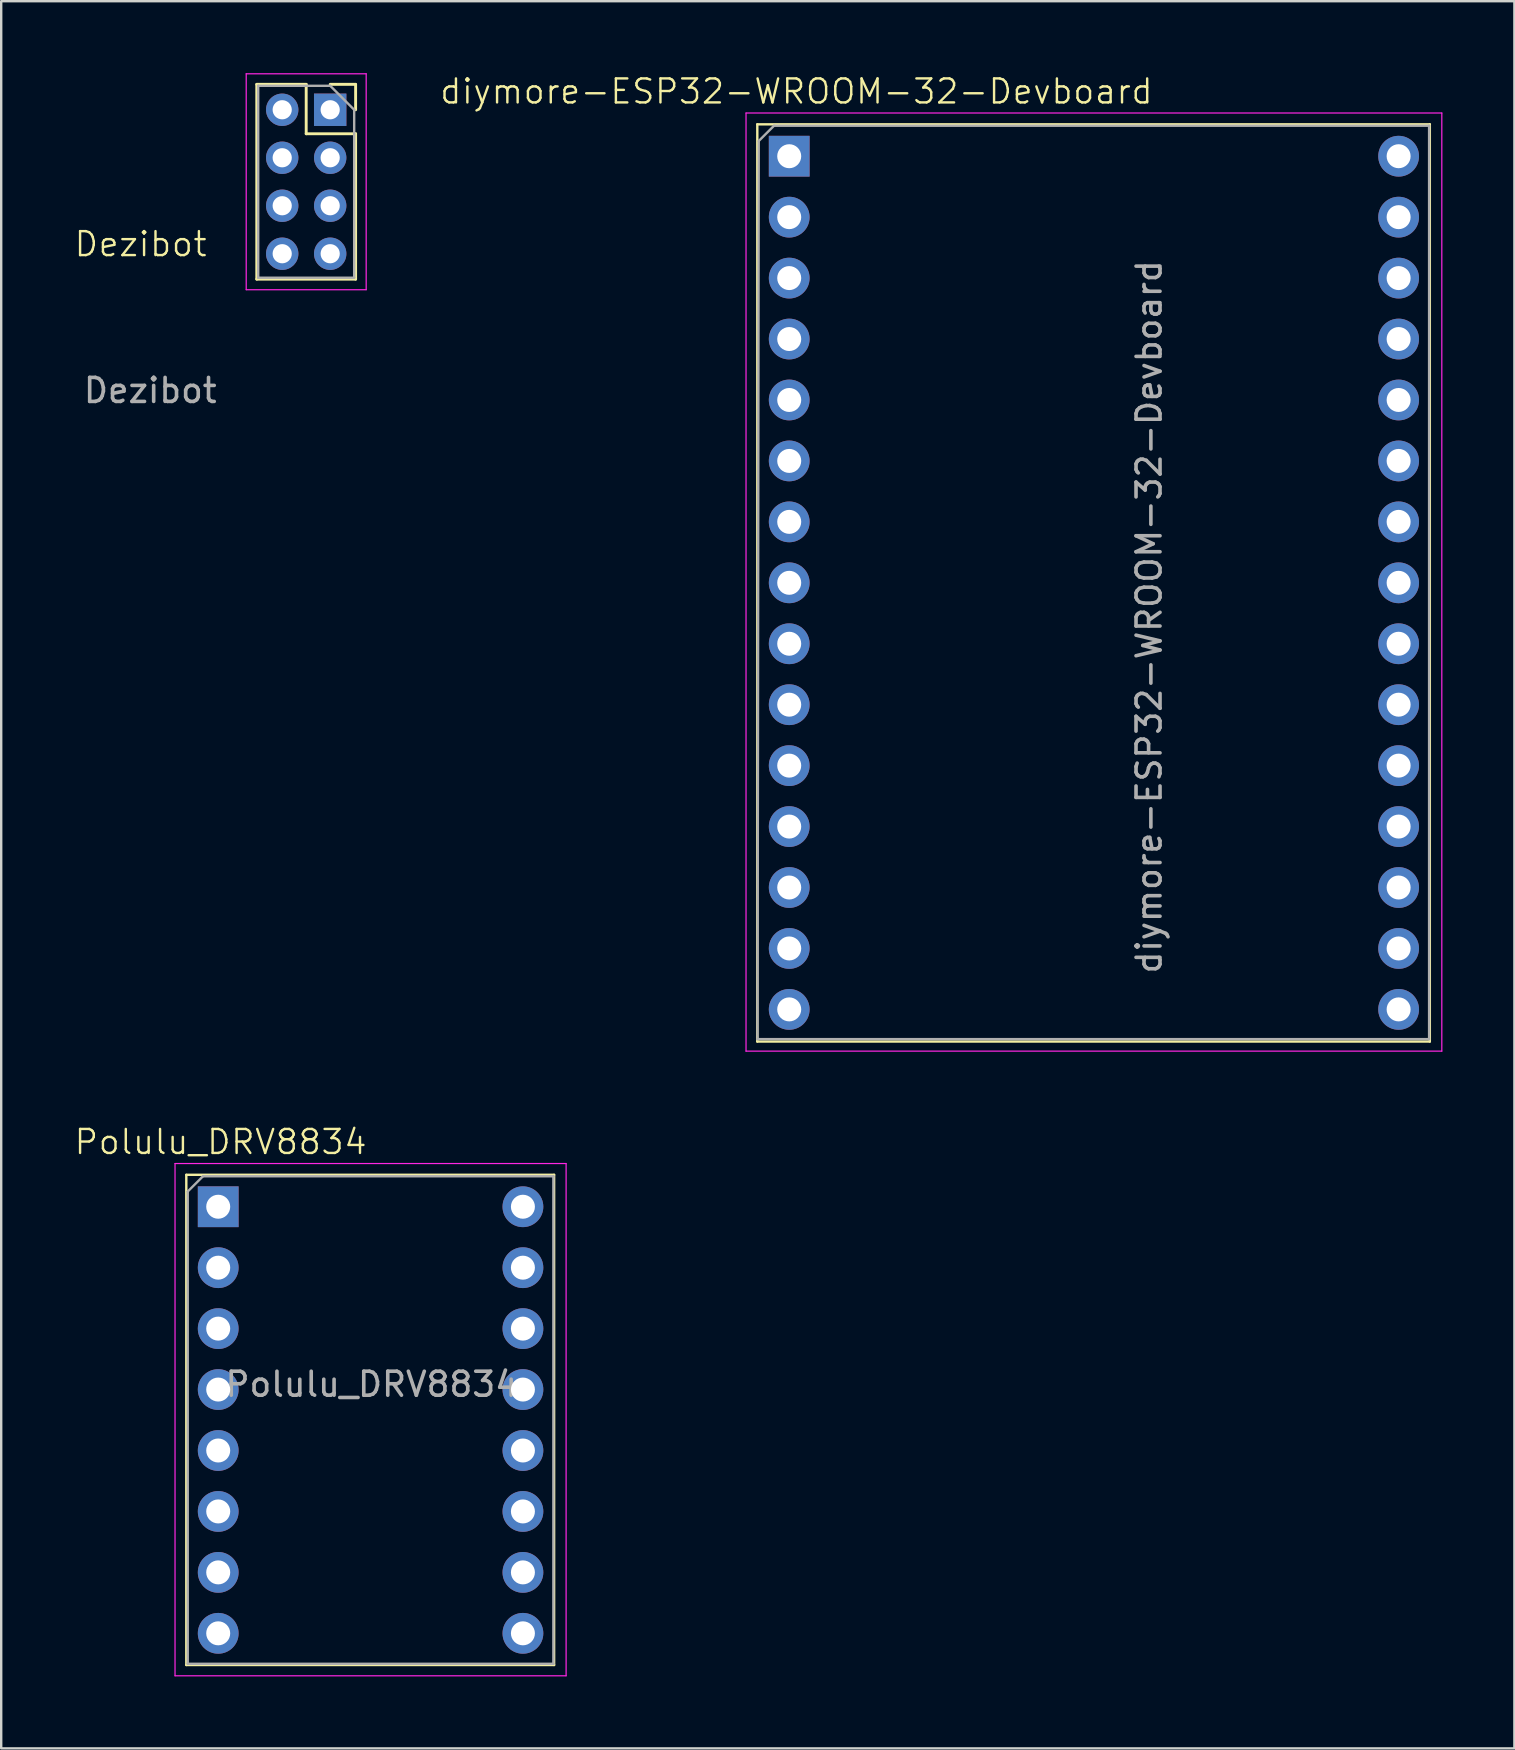
<source format=kicad_pcb>
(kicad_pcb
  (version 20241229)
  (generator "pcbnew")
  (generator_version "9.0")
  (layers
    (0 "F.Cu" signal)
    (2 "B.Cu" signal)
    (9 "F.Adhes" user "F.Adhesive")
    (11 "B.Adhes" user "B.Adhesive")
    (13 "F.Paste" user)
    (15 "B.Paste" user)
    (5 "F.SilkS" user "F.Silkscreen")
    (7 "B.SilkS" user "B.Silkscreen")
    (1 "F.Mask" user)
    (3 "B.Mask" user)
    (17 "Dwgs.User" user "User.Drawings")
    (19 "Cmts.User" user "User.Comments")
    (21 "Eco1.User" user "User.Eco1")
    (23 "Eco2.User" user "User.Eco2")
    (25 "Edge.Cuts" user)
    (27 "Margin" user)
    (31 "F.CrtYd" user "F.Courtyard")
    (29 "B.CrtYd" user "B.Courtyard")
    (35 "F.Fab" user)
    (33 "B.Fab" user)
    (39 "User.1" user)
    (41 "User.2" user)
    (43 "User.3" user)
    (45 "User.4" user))
  (footprint "diymore-ESP32-WROOM-32-Devboard"
    (layer "F.Cu")
    (at 29.844 3.461)
    (property "Reference" "diymore-ESP32-WROOM-32-Devboard" (at 0.3 -2.7 0) (unlocked yes) (layer "F.SilkS") (effects (font (size 1 1) (thickness 0.1))))
    (attr smd)
    (fp_line (start -1.33 -1.33) (end 26.7 -1.33) (stroke (width 0.1) (type solid)) (layer "F.SilkS"))
    (fp_line (start -1.33 36.9) (end -1.33 -1.33) (stroke (width 0.1) (type solid)) (layer "F.SilkS"))
    (fp_line (start 26.7 -1.33) (end 26.7 36.9) (stroke (width 0.1) (type default)) (layer "F.SilkS"))
    (fp_line (start 26.7 36.9) (end -1.33 36.9) (stroke (width 0.1) (type default)) (layer "F.SilkS"))
    (fp_line (start -1.8 -1.8) (end -1.8 37.3) (stroke (width 0.05) (type solid)) (layer "F.CrtYd"))
    (fp_line (start -1.8 37.3) (end 27.2 37.3) (stroke (width 0.05) (type solid)) (layer "F.CrtYd"))
    (fp_line (start 27.2 -1.8) (end -1.8 -1.8) (stroke (width 0.05) (type solid)) (layer "F.CrtYd"))
    (fp_line (start 27.2 37.3) (end 27.2 -1.8) (stroke (width 0.05) (type solid)) (layer "F.CrtYd"))
    (fp_line (start -1.32 36.8) (end -1.27 -0.635) (stroke (width 0.1) (type solid)) (layer "F.Fab"))
    (fp_line (start -1.27 -0.635) (end -0.635 -1.27) (stroke (width 0.1) (type solid)) (layer "F.Fab"))
    (fp_line (start -0.635 -1.27) (end 26.67 -1.27) (stroke (width 0.1) (type solid)) (layer "F.Fab"))
    (fp_line (start 26.67 -1.27) (end 26.67 36.8) (stroke (width 0.1) (type solid)) (layer "F.Fab"))
    (fp_line (start 26.67 36.8) (end -1.32 36.8) (stroke (width 0.1) (type solid)) (layer "F.Fab"))
    (fp_text user "${REFERENCE}" (at 15 19.2 90) (unlocked yes) (layer "F.Fab") (effects (font (size 1 1) (thickness 0.15))))
    (pad "1" thru_hole rect (at 0 0) (size 1.7 1.7) (drill 1) (layers "*.Cu" "*.Mask"))
    (pad "2" thru_hole oval (at 0 2.54) (size 1.7 1.7) (drill 1) (layers "*.Cu" "*.Mask"))
    (pad "3" thru_hole oval (at 0 5.08) (size 1.7 1.7) (drill 1) (layers "*.Cu" "*.Mask"))
    (pad "4" thru_hole oval (at 0 7.62) (size 1.7 1.7) (drill 1) (layers "*.Cu" "*.Mask"))
    (pad "5" thru_hole oval (at 0 10.16) (size 1.7 1.7) (drill 1) (layers "*.Cu" "*.Mask"))
    (pad "6" thru_hole oval (at 0 12.7) (size 1.7 1.7) (drill 1) (layers "*.Cu" "*.Mask"))
    (pad "7" thru_hole oval (at 0 15.24) (size 1.7 1.7) (drill 1) (layers "*.Cu" "*.Mask"))
    (pad "8" thru_hole oval (at 0 17.78) (size 1.7 1.7) (drill 1) (layers "*.Cu" "*.Mask"))
    (pad "9" thru_hole circle (at 0 20.32) (size 1.7 1.7) (drill 1) (layers "*.Cu" "*.Mask"))
    (pad "10" thru_hole oval (at 0 22.86) (size 1.7 1.7) (drill 1) (layers "*.Cu" "*.Mask"))
    (pad "11" thru_hole oval (at 0 25.4) (size 1.7 1.7) (drill 1) (layers "*.Cu" "*.Mask"))
    (pad "12" thru_hole oval (at 0 27.94) (size 1.7 1.7) (drill 1) (layers "*.Cu" "*.Mask"))
    (pad "13" thru_hole oval (at 0 30.48) (size 1.7 1.7) (drill 1) (layers "*.Cu" "*.Mask"))
    (pad "14" thru_hole oval (at 0 33.02) (size 1.7 1.7) (drill 1) (layers "*.Cu" "*.Mask"))
    (pad "15" thru_hole oval (at 0 35.56) (size 1.7 1.7) (drill 1) (layers "*.Cu" "*.Mask"))
    (pad "16" thru_hole oval (at 25.4 0) (size 1.7 1.7) (drill 1) (layers "*.Cu" "*.Mask"))
    (pad "17" thru_hole oval (at 25.4 2.54) (size 1.7 1.7) (drill 1) (layers "*.Cu" "*.Mask"))
    (pad "18" thru_hole oval (at 25.4 5.08) (size 1.7 1.7) (drill 1) (layers "*.Cu" "*.Mask"))
    (pad "19" thru_hole oval (at 25.4 7.62) (size 1.7 1.7) (drill 1) (layers "*.Cu" "*.Mask"))
    (pad "20" thru_hole oval (at 25.4 10.16) (size 1.7 1.7) (drill 1) (layers "*.Cu" "*.Mask"))
    (pad "21" thru_hole oval (at 25.4 12.7) (size 1.7 1.7) (drill 1) (layers "*.Cu" "*.Mask"))
    (pad "22" thru_hole oval (at 25.4 15.24) (size 1.7 1.7) (drill 1) (layers "*.Cu" "*.Mask"))
    (pad "23" thru_hole oval (at 25.4 17.78) (size 1.7 1.7) (drill 1) (layers "*.Cu" "*.Mask"))
    (pad "24" thru_hole circle (at 25.4 20.32) (size 1.7 1.7) (drill 1) (layers "*.Cu" "*.Mask"))
    (pad "25" thru_hole oval (at 25.4 22.86) (size 1.7 1.7) (drill 1) (layers "*.Cu" "*.Mask"))
    (pad "26" thru_hole oval (at 25.4 25.4) (size 1.7 1.7) (drill 1) (layers "*.Cu" "*.Mask"))
    (pad "27" thru_hole oval (at 25.4 27.94) (size 1.7 1.7) (drill 1) (layers "*.Cu" "*.Mask"))
    (pad "28" thru_hole oval (at 25.4 30.48) (size 1.7 1.7) (drill 1) (layers "*.Cu" "*.Mask"))
    (pad "29" thru_hole oval (at 25.4 33.02) (size 1.7 1.7) (drill 1) (layers "*.Cu" "*.Mask"))
    (pad "30" thru_hole oval (at 25.4 35.56) (size 1.7 1.7) (drill 1) (layers "*.Cu" "*.Mask")))
  (footprint "Dezibot"
    (layer "F.Cu")
    (at 2.812 7.625)
    (property "Reference" "Dezibot" (at 0 -0.5 0) (unlocked yes) (layer "F.SilkS") (effects (font (size 1 1) (thickness 0.1))))
    (attr smd)
    (fp_line (start 4.84 -7.16) (end 4.84 0.96) (stroke (width 0.12) (type solid)) (layer "F.SilkS"))
    (fp_line (start 4.84 -7.16) (end 6.9 -7.16) (stroke (width 0.12) (type solid)) (layer "F.SilkS"))
    (fp_line (start 4.84 0.96) (end 8.96 0.96) (stroke (width 0.12) (type solid)) (layer "F.SilkS"))
    (fp_line (start 6.9 -7.16) (end 6.9 -5.1) (stroke (width 0.12) (type solid)) (layer "F.SilkS"))
    (fp_line (start 6.9 -5.1) (end 8.96 -5.1) (stroke (width 0.12) (type solid)) (layer "F.SilkS"))
    (fp_line (start 7.9 -7.16) (end 8.96 -7.16) (stroke (width 0.12) (type solid)) (layer "F.SilkS"))
    (fp_line (start 8.96 -7.16) (end 8.96 -6.1) (stroke (width 0.12) (type solid)) (layer "F.SilkS"))
    (fp_line (start 8.96 -5.1) (end 8.96 0.96) (stroke (width 0.12) (type solid)) (layer "F.SilkS"))
    (fp_line (start 4.4 -7.6) (end 9.4 -7.6) (stroke (width 0.05) (type solid)) (layer "F.CrtYd"))
    (fp_line (start 4.4 1.4) (end 4.4 -7.6) (stroke (width 0.05) (type solid)) (layer "F.CrtYd"))
    (fp_line (start 9.4 -7.6) (end 9.4 1.4) (stroke (width 0.05) (type solid)) (layer "F.CrtYd"))
    (fp_line (start 9.4 1.4) (end 4.4 1.4) (stroke (width 0.05) (type solid)) (layer "F.CrtYd"))
    (fp_line (start 4.9 -7.1) (end 7.9 -7.1) (stroke (width 0.1) (type solid)) (layer "F.Fab"))
    (fp_line (start 4.9 0.9) (end 4.9 -7.1) (stroke (width 0.1) (type solid)) (layer "F.Fab"))
    (fp_line (start 7.9 -7.1) (end 8.9 -6.1) (stroke (width 0.1) (type solid)) (layer "F.Fab"))
    (fp_line (start 8.9 -6.1) (end 8.9 0.9) (stroke (width 0.1) (type solid)) (layer "F.Fab"))
    (fp_line (start 8.9 0.9) (end 4.9 0.9) (stroke (width 0.1) (type solid)) (layer "F.Fab"))
    (fp_text user "${REFERENCE}" (at 0.4 5.6 0) (unlocked yes) (layer "F.Fab") (effects (font (size 1 1) (thickness 0.15))))
    (pad "1" thru_hole rect (at 7.9 -6.1) (size 1.35 1.35) (drill 0.8) (layers "*.Cu" "*.Mask"))
    (pad "2" thru_hole oval (at 5.9 -6.1) (size 1.35 1.35) (drill 0.8) (layers "*.Cu" "*.Mask"))
    (pad "3" thru_hole oval (at 7.9 -4.1) (size 1.35 1.35) (drill 0.8) (layers "*.Cu" "*.Mask"))
    (pad "4" thru_hole oval (at 5.9 -4.1) (size 1.35 1.35) (drill 0.8) (layers "*.Cu" "*.Mask"))
    (pad "5" thru_hole oval (at 7.9 -2.1) (size 1.35 1.35) (drill 0.8) (layers "*.Cu" "*.Mask"))
    (pad "6" thru_hole oval (at 5.9 -2.1) (size 1.35 1.35) (drill 0.8) (layers "*.Cu" "*.Mask"))
    (pad "7" thru_hole oval (at 7.9 -0.1) (size 1.35 1.35) (drill 0.8) (layers "*.Cu" "*.Mask"))
    (pad "8" thru_hole oval (at 5.9 -0.1) (size 1.35 1.35) (drill 0.8) (layers "*.Cu" "*.Mask")))
  (footprint "Polulu_DRV8834"
    (layer "F.Cu")
    (at 6.045 47.246)
    (property "Reference" "Polulu_DRV8834" (at 0.1 -2.7 0) (unlocked yes) (layer "F.SilkS") (effects (font (size 1 1) (thickness 0.1))))
    (attr smd)
    (fp_line (start -1.33 -1.33) (end 14 -1.33) (stroke (width 0.1) (type solid)) (layer "F.SilkS"))
    (fp_line (start -1.33 19.1) (end -1.33 -1.33) (stroke (width 0.1) (type solid)) (layer "F.SilkS"))
    (fp_line (start 14 -1.33) (end 14 19.1) (stroke (width 0.1) (type default)) (layer "F.SilkS"))
    (fp_line (start 14 19.1) (end -1.33 19.1) (stroke (width 0.1) (type default)) (layer "F.SilkS"))
    (fp_line (start -1.8 -1.8) (end -1.8 19.55) (stroke (width 0.05) (type solid)) (layer "F.CrtYd"))
    (fp_line (start -1.8 19.55) (end 14.5 19.55) (stroke (width 0.05) (type solid)) (layer "F.CrtYd"))
    (fp_line (start 14.5 -1.8) (end -1.8 -1.8) (stroke (width 0.05) (type solid)) (layer "F.CrtYd"))
    (fp_line (start 14.5 19.55) (end 14.5 -1.8) (stroke (width 0.05) (type solid)) (layer "F.CrtYd"))
    (fp_line (start -1.27 -0.635) (end -0.635 -1.27) (stroke (width 0.1) (type solid)) (layer "F.Fab"))
    (fp_line (start -1.27 19.05) (end -1.27 -0.635) (stroke (width 0.1) (type solid)) (layer "F.Fab"))
    (fp_line (start -0.635 -1.27) (end 13.97 -1.27) (stroke (width 0.1) (type solid)) (layer "F.Fab"))
    (fp_line (start 13.97 -1.27) (end 13.97 19.05) (stroke (width 0.1) (type solid)) (layer "F.Fab"))
    (fp_line (start 13.97 19.05) (end -1.27 19.05) (stroke (width 0.1) (type solid)) (layer "F.Fab"))
    (fp_text user "${REFERENCE}" (at 6.4 7.4 0) (layer "F.Fab") (effects (font (size 1 1) (thickness 0.15))))
    (pad "1" thru_hole rect (at 0 0) (size 1.7 1.7) (drill 1) (layers "*.Cu" "*.Mask"))
    (pad "2" thru_hole oval (at 0 2.54) (size 1.7 1.7) (drill 1) (layers "*.Cu" "*.Mask"))
    (pad "3" thru_hole oval (at 0 5.08) (size 1.7 1.7) (drill 1) (layers "*.Cu" "*.Mask"))
    (pad "4" thru_hole oval (at 0 7.62) (size 1.7 1.7) (drill 1) (layers "*.Cu" "*.Mask"))
    (pad "5" thru_hole oval (at 0 10.16) (size 1.7 1.7) (drill 1) (layers "*.Cu" "*.Mask"))
    (pad "6" thru_hole oval (at 0 12.7) (size 1.7 1.7) (drill 1) (layers "*.Cu" "*.Mask"))
    (pad "7" thru_hole oval (at 0 15.24) (size 1.7 1.7) (drill 1) (layers "*.Cu" "*.Mask"))
    (pad "8" thru_hole oval (at 0 17.78) (size 1.7 1.7) (drill 1) (layers "*.Cu" "*.Mask"))
    (pad "9" thru_hole circle (at 12.7 0) (size 1.7 1.7) (drill 1) (layers "*.Cu" "*.Mask"))
    (pad "10" thru_hole oval (at 12.7 2.54) (size 1.7 1.7) (drill 1) (layers "*.Cu" "*.Mask"))
    (pad "11" thru_hole oval (at 12.7 5.08) (size 1.7 1.7) (drill 1) (layers "*.Cu" "*.Mask"))
    (pad "12" thru_hole oval (at 12.7 7.62) (size 1.7 1.7) (drill 1) (layers "*.Cu" "*.Mask"))
    (pad "13" thru_hole oval (at 12.7 10.16) (size 1.7 1.7) (drill 1) (layers "*.Cu" "*.Mask"))
    (pad "14" thru_hole oval (at 12.7 12.7) (size 1.7 1.7) (drill 1) (layers "*.Cu" "*.Mask"))
    (pad "15" thru_hole oval (at 12.7 15.24) (size 1.7 1.7) (drill 1) (layers "*.Cu" "*.Mask"))
    (pad "16" thru_hole oval (at 12.7 17.78) (size 1.7 1.7) (drill 1) (layers "*.Cu" "*.Mask")))
  (gr_rect
    (start -3 -3)
    (end 60.069 69.821)
    (stroke (width 0.1) (type default))
    (fill no)
    (layer "Edge.Cuts")))
</source>
